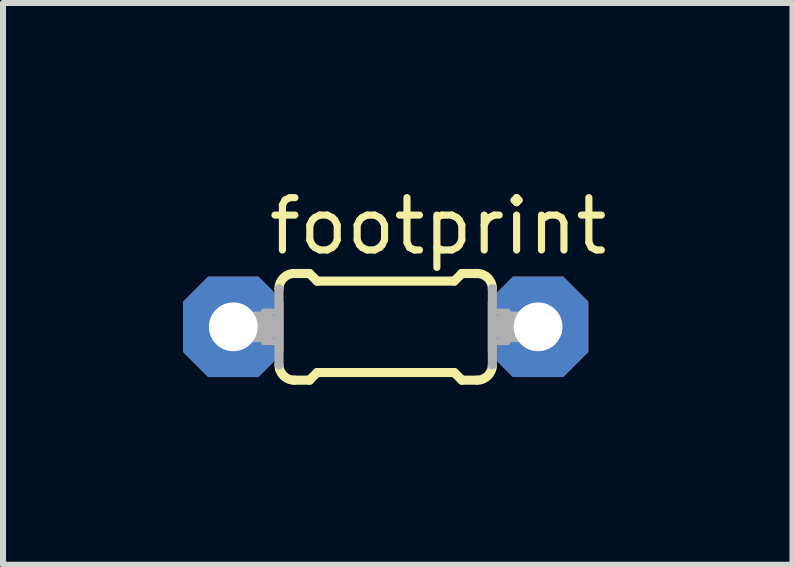
<source format=kicad_pcb>
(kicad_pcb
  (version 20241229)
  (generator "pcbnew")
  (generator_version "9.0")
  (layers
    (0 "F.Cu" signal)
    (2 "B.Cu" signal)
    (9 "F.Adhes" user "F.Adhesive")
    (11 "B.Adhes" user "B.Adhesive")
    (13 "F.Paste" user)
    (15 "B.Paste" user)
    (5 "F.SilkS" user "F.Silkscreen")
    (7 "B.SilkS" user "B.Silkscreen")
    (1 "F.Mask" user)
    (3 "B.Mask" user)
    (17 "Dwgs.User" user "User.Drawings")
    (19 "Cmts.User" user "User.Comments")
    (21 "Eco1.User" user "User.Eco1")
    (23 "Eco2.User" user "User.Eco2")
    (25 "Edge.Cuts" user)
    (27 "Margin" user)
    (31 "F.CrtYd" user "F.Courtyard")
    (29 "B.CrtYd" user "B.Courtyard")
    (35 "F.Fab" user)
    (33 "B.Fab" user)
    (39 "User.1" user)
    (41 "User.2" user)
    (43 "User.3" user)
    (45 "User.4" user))
  (footprint "footprint"
    (layer "F.Cu")
    (at 3.378 2.397)
    (property "Reference" "footprint" (at -2.007 -1.168 0) (layer "F.SilkS") (effects (font (size 0.872 0.872) (thickness 0.119)) (justify left bottom)))
    (fp_line (start -1.524 -0.889) (end -1.27 -0.889) (stroke (width 0.152) (type solid)) (layer "F.SilkS"))
    (fp_line (start -1.524 0.889) (end -1.27 0.889) (stroke (width 0.152) (type solid)) (layer "F.SilkS"))
    (fp_line (start -1.143 -0.762) (end -1.27 -0.889) (stroke (width 0.152) (type solid)) (layer "F.SilkS"))
    (fp_line (start -1.143 0.762) (end -1.27 0.889) (stroke (width 0.152) (type solid)) (layer "F.SilkS"))
    (fp_line (start 1.143 -0.762) (end -1.143 -0.762) (stroke (width 0.152) (type solid)) (layer "F.SilkS"))
    (fp_line (start 1.143 -0.762) (end 1.27 -0.889) (stroke (width 0.152) (type solid)) (layer "F.SilkS"))
    (fp_line (start 1.143 0.762) (end -1.143 0.762) (stroke (width 0.152) (type solid)) (layer "F.SilkS"))
    (fp_line (start 1.143 0.762) (end 1.27 0.889) (stroke (width 0.152) (type solid)) (layer "F.SilkS"))
    (fp_line (start 1.524 -0.889) (end 1.27 -0.889) (stroke (width 0.152) (type solid)) (layer "F.SilkS"))
    (fp_line (start 1.524 0.889) (end 1.27 0.889) (stroke (width 0.152) (type solid)) (layer "F.SilkS"))
    (fp_arc (start -1.778 -0.635) (mid -1.703605 -0.814605) (end -1.524 -0.889) (stroke (width 0.1524) (type solid)) (layer "F.SilkS"))
    (fp_arc (start -1.524 0.889) (mid -1.703605 0.814605) (end -1.778 0.635) (stroke (width 0.1524) (type solid)) (layer "F.SilkS"))
    (fp_arc (start 1.524 -0.889) (mid 1.703605 -0.814605) (end 1.778 -0.635) (stroke (width 0.1524) (type solid)) (layer "F.SilkS"))
    (fp_arc (start 1.778 0.635) (mid 1.703605 0.814605) (end 1.524 0.889) (stroke (width 0.1524) (type solid)) (layer "F.SilkS"))
    (fp_line (start -2.54 0) (end -2.032 0) (stroke (width 0.508) (type solid)) (layer "F.Fab"))
    (fp_line (start -1.778 0.635) (end -1.778 -0.635) (stroke (width 0.152) (type solid)) (layer "F.Fab"))
    (fp_line (start 1.778 0.635) (end 1.778 -0.635) (stroke (width 0.152) (type solid)) (layer "F.Fab"))
    (fp_line (start 2.54 0) (end 2.032 0) (stroke (width 0.508) (type solid)) (layer "F.Fab"))
    (fp_poly (pts (xy -2.032 0.254) (xy -1.778 0.254) (xy -1.778 -0.254) (xy -2.032 -0.254)) (stroke (width 0.1) (type solid)) (fill no) (layer "F.Fab"))
    (fp_poly (pts (xy 1.778 0.254) (xy 2.032 0.254) (xy 2.032 -0.254) (xy 1.778 -0.254)) (stroke (width 0.1) (type solid)) (fill no) (layer "F.Fab"))
    (pad "1" thru_hole roundrect (at -2.54 0) (size 1.676 1.676) (drill 0.813) (layers "*.Cu" "*.Mask") (roundrect_rratio 0.25) (chamfer_ratio 0.25) (chamfer top_left top_right bottom_left bottom_right))
    (pad "2" thru_hole roundrect (at 2.54 0) (size 1.676 1.676) (drill 0.813) (layers "*.Cu" "*.Mask") (roundrect_rratio 0.25) (chamfer_ratio 0.25) (chamfer top_left top_right bottom_left bottom_right)))
  (gr_rect
    (start -3 -3)
    (end 10.158 6.362)
    (stroke (width 0.1) (type default))
    (fill no)
    (layer "Edge.Cuts")))
</source>
